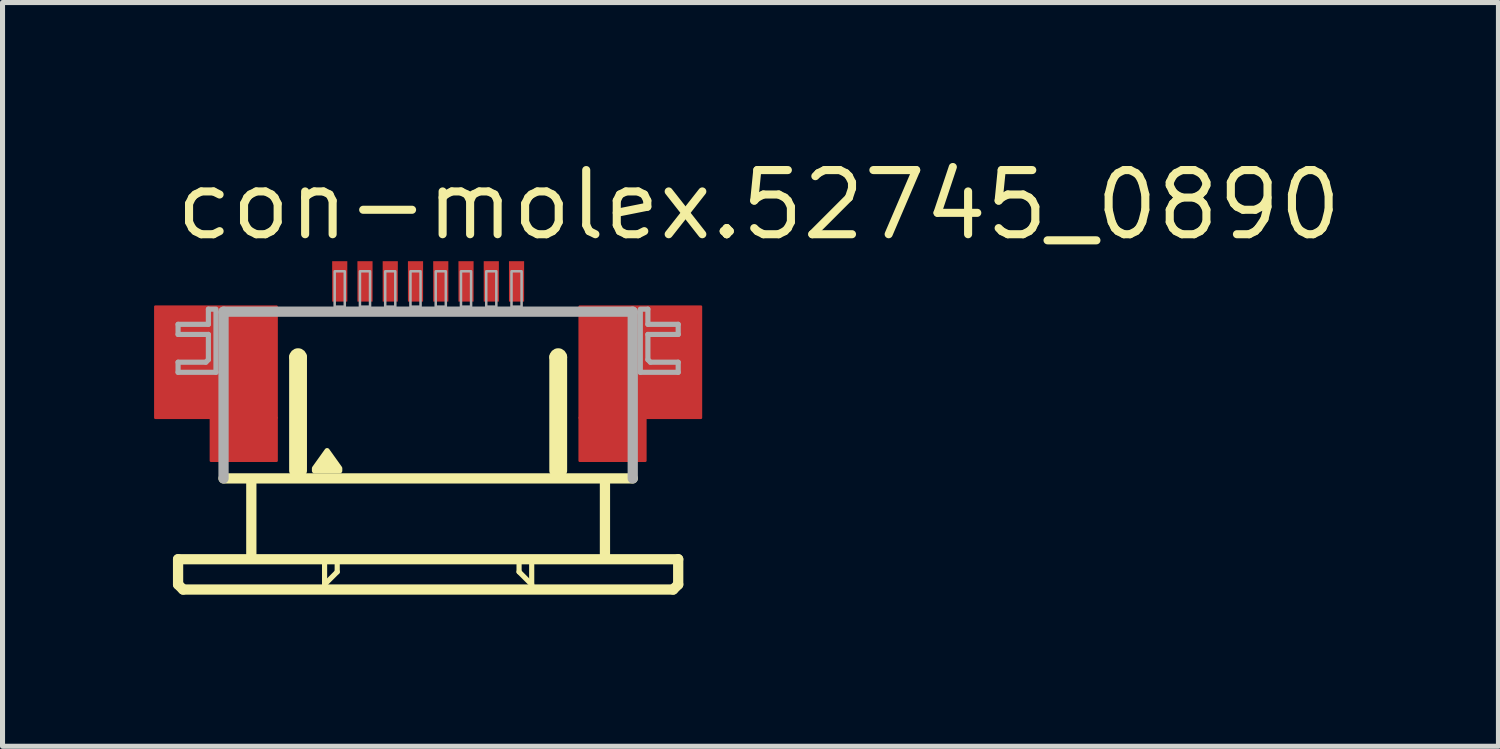
<source format=kicad_pcb>
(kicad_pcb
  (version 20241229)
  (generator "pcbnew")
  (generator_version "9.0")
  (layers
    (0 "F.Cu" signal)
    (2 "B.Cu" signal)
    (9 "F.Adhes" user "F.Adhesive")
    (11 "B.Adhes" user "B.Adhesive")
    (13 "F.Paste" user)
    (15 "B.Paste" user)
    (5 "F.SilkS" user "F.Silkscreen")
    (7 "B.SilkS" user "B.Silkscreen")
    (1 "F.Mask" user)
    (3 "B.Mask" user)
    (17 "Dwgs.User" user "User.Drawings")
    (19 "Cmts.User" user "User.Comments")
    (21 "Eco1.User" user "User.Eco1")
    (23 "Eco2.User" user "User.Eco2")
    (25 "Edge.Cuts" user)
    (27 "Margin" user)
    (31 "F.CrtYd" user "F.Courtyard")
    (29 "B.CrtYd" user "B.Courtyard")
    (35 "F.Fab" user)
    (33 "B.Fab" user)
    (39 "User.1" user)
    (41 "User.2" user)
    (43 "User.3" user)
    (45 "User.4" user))
  (footprint "con-molex.52745_0890"
    (layer "F.Cu")
    (at 5.425 5.02)
    (property "Reference" "con-molex.52745_0890" (at -5.08 -3.27 0) (layer "F.SilkS") (effects (font (size 1.27 1.27) (thickness 0.16)) (justify left bottom)))
    (attr smd)
    (fp_rect (start -5.4 0.2) (end -3 -2) (stroke (width 0.05) (type default)) (fill yes) (layer "F.Cu"))
    (fp_rect (start -4.3 1.05) (end -3 0.2) (stroke (width 0.05) (type default)) (fill yes) (layer "F.Cu"))
    (fp_rect (start 3 0.2) (end 5.4 -2) (stroke (width 0.05) (type default)) (fill yes) (layer "F.Cu"))
    (fp_rect (start 3 1.05) (end 4.3 0.2) (stroke (width 0.05) (type default)) (fill yes) (layer "F.Cu"))
    (fp_rect (start -5.4 0.2) (end -4.25 -2) (stroke (width 0.05) (type default)) (fill yes) (layer "F.Mask"))
    (fp_rect (start -4.3 1.05) (end -3 -2) (stroke (width 0.05) (type default)) (fill yes) (layer "F.Mask"))
    (fp_rect (start 3 1.05) (end 4.3 -2) (stroke (width 0.05) (type default)) (fill yes) (layer "F.Mask"))
    (fp_rect (start 4.25 0.2) (end 5.4 -2) (stroke (width 0.05) (type default)) (fill yes) (layer "F.Mask"))
    (fp_line (start -4.95 3) (end -4.95 3.5) (stroke (width 0.203) (type default)) (layer "F.SilkS"))
    (fp_line (start -4.95 3.5) (end -4.85 3.6) (stroke (width 0.203) (type default)) (layer "F.SilkS"))
    (fp_line (start -4.85 3.6) (end 4.85 3.6) (stroke (width 0.203) (type default)) (layer "F.SilkS"))
    (fp_line (start -3.5 1.5) (end -3.5 2.9) (stroke (width 0.203) (type default)) (layer "F.SilkS"))
    (fp_line (start -2.65 1.25) (end -2.65 -1) (stroke (width 0.203) (type default)) (layer "F.SilkS"))
    (fp_line (start -2.5 -1) (end -2.5 1.25) (stroke (width 0.203) (type default)) (layer "F.SilkS"))
    (fp_line (start -2.05 3.1) (end -2.05 3.5) (stroke (width 0.102) (type default)) (layer "F.SilkS"))
    (fp_line (start -2.05 3.5) (end -1.8 3.25) (stroke (width 0.102) (type default)) (layer "F.SilkS"))
    (fp_line (start -1.8 3.25) (end -1.8 3.1) (stroke (width 0.102) (type default)) (layer "F.SilkS"))
    (fp_line (start 1.8 3.1) (end 1.8 3.25) (stroke (width 0.102) (type default)) (layer "F.SilkS"))
    (fp_line (start 1.8 3.25) (end 2.05 3.5) (stroke (width 0.102) (type default)) (layer "F.SilkS"))
    (fp_line (start 2.05 3.5) (end 2.05 3.1) (stroke (width 0.102) (type default)) (layer "F.SilkS"))
    (fp_line (start 2.5 1.25) (end 2.5 -1) (stroke (width 0.203) (type default)) (layer "F.SilkS"))
    (fp_line (start 2.65 -1) (end 2.65 1.25) (stroke (width 0.203) (type default)) (layer "F.SilkS"))
    (fp_line (start 3.5 1.5) (end 3.5 2.9) (stroke (width 0.203) (type default)) (layer "F.SilkS"))
    (fp_line (start 4.05 1.4) (end -4.05 1.4) (stroke (width 0.203) (type default)) (layer "F.SilkS"))
    (fp_line (start 4.85 3.6) (end 4.95 3.5) (stroke (width 0.203) (type default)) (layer "F.SilkS"))
    (fp_line (start 4.95 3) (end -4.95 3) (stroke (width 0.203) (type default)) (layer "F.SilkS"))
    (fp_line (start 4.95 3.5) (end 4.95 3) (stroke (width 0.203) (type default)) (layer "F.SilkS"))
    (fp_arc (start -2.65 -1) (mid -2.575 -1.075) (end -2.5 -1) (stroke (width 0.2032) (type default)) (layer "F.SilkS"))
    (fp_arc (start 2.5 -1) (mid 2.575 -1.075) (end 2.65 -1) (stroke (width 0.2032) (type default)) (layer "F.SilkS"))
    (fp_poly (pts (xy -2.25 1.25) (xy -2.25 1.2) (xy -2 0.85) (xy -1.75 1.2) (xy -1.75 1.25)) (stroke (width 0.102) (type default)) (fill yes) (layer "F.SilkS"))
    (fp_rect (start -5.2 0.05) (end -3.2 -1.85) (stroke (width 0.05) (type default)) (fill yes) (layer "F.Paste"))
    (fp_rect (start 3.2 0.05) (end 5.2 -1.85) (stroke (width 0.05) (type default)) (fill yes) (layer "F.Paste"))
    (fp_line (start -4.95 -1.65) (end -4.95 -1.45) (stroke (width 0.102) (type default)) (layer "F.Fab"))
    (fp_line (start -4.95 -1.45) (end -4.35 -1.45) (stroke (width 0.102) (type default)) (layer "F.Fab"))
    (fp_line (start -4.95 -0.9) (end -4.95 -0.7) (stroke (width 0.102) (type default)) (layer "F.Fab"))
    (fp_line (start -4.95 -0.7) (end -4.2 -0.7) (stroke (width 0.102) (type default)) (layer "F.Fab"))
    (fp_line (start -4.4 -0.9) (end -4.95 -0.9) (stroke (width 0.102) (type default)) (layer "F.Fab"))
    (fp_line (start -4.35 -1.95) (end -4.35 -1.65) (stroke (width 0.102) (type default)) (layer "F.Fab"))
    (fp_line (start -4.35 -1.65) (end -4.95 -1.65) (stroke (width 0.102) (type default)) (layer "F.Fab"))
    (fp_line (start -4.35 -1.45) (end -4.35 -0.95) (stroke (width 0.102) (type default)) (layer "F.Fab"))
    (fp_line (start -4.35 -0.95) (end -4.4 -0.9) (stroke (width 0.102) (type default)) (layer "F.Fab"))
    (fp_line (start -4.2 -1.95) (end -4.35 -1.95) (stroke (width 0.102) (type default)) (layer "F.Fab"))
    (fp_line (start -4.2 -0.7) (end -4.2 -1.9) (stroke (width 0.102) (type default)) (layer "F.Fab"))
    (fp_line (start -4.05 -1.9) (end 4.05 -1.9) (stroke (width 0.203) (type default)) (layer "F.Fab"))
    (fp_line (start -4.05 1.4) (end -4.05 -1.9) (stroke (width 0.203) (type default)) (layer "F.Fab"))
    (fp_line (start 4.05 -1.9) (end 4.05 1.4) (stroke (width 0.203) (type default)) (layer "F.Fab"))
    (fp_line (start 4.2 -1.95) (end 4.35 -1.95) (stroke (width 0.102) (type default)) (layer "F.Fab"))
    (fp_line (start 4.2 -0.7) (end 4.2 -1.9) (stroke (width 0.102) (type default)) (layer "F.Fab"))
    (fp_line (start 4.35 -1.95) (end 4.35 -1.65) (stroke (width 0.102) (type default)) (layer "F.Fab"))
    (fp_line (start 4.35 -1.65) (end 4.95 -1.65) (stroke (width 0.102) (type default)) (layer "F.Fab"))
    (fp_line (start 4.35 -1.45) (end 4.35 -0.95) (stroke (width 0.102) (type default)) (layer "F.Fab"))
    (fp_line (start 4.35 -0.95) (end 4.4 -0.9) (stroke (width 0.102) (type default)) (layer "F.Fab"))
    (fp_line (start 4.4 -0.9) (end 4.95 -0.9) (stroke (width 0.102) (type default)) (layer "F.Fab"))
    (fp_line (start 4.95 -1.65) (end 4.95 -1.45) (stroke (width 0.102) (type default)) (layer "F.Fab"))
    (fp_line (start 4.95 -1.45) (end 4.35 -1.45) (stroke (width 0.102) (type default)) (layer "F.Fab"))
    (fp_line (start 4.95 -0.9) (end 4.95 -0.7) (stroke (width 0.102) (type default)) (layer "F.Fab"))
    (fp_line (start 4.95 -0.7) (end 4.2 -0.7) (stroke (width 0.102) (type default)) (layer "F.Fab"))
    (fp_rect (start -1.85 -2) (end -1.65 -2.7) (stroke (width 0.05) (type default)) (fill no) (layer "F.Fab"))
    (fp_rect (start -1.35 -2) (end -1.15 -2.7) (stroke (width 0.05) (type default)) (fill no) (layer "F.Fab"))
    (fp_rect (start -0.85 -2) (end -0.65 -2.7) (stroke (width 0.05) (type default)) (fill no) (layer "F.Fab"))
    (fp_rect (start -0.35 -2) (end -0.15 -2.7) (stroke (width 0.05) (type default)) (fill no) (layer "F.Fab"))
    (fp_rect (start 0.15 -2) (end 0.35 -2.7) (stroke (width 0.05) (type default)) (fill no) (layer "F.Fab"))
    (fp_rect (start 0.65 -2) (end 0.85 -2.7) (stroke (width 0.05) (type default)) (fill no) (layer "F.Fab"))
    (fp_rect (start 1.15 -2) (end 1.35 -2.7) (stroke (width 0.05) (type default)) (fill no) (layer "F.Fab"))
    (fp_rect (start 1.65 -2) (end 1.85 -2.7) (stroke (width 0.05) (type default)) (fill no) (layer "F.Fab"))
    (pad "1" smd roundrect (at -1.75 -2.5) (size 0.3 0.8) (layers "F.Cu" "F.Mask" "F.Paste") (roundrect_rratio 0.01))
    (pad "2" smd roundrect (at -1.25 -2.5) (size 0.3 0.8) (layers "F.Cu" "F.Mask" "F.Paste") (roundrect_rratio 0.01))
    (pad "3" smd roundrect (at -0.75 -2.5) (size 0.3 0.8) (layers "F.Cu" "F.Mask" "F.Paste") (roundrect_rratio 0.01))
    (pad "4" smd roundrect (at -0.25 -2.5) (size 0.3 0.8) (layers "F.Cu" "F.Mask" "F.Paste") (roundrect_rratio 0.01))
    (pad "5" smd roundrect (at 0.25 -2.5) (size 0.3 0.8) (layers "F.Cu" "F.Mask" "F.Paste") (roundrect_rratio 0.01))
    (pad "6" smd roundrect (at 0.75 -2.5) (size 0.3 0.8) (layers "F.Cu" "F.Mask" "F.Paste") (roundrect_rratio 0.01))
    (pad "7" smd roundrect (at 1.25 -2.5) (size 0.3 0.8) (layers "F.Cu" "F.Mask" "F.Paste") (roundrect_rratio 0.01))
    (pad "8" smd roundrect (at 1.75 -2.5) (size 0.3 0.8) (layers "F.Cu" "F.Mask" "F.Paste") (roundrect_rratio 0.01)))
  (gr_rect
    (start -3 -3)
    (end 26.612 11.722)
    (stroke (width 0.1) (type default))
    (fill no)
    (layer "Edge.Cuts")))
</source>
